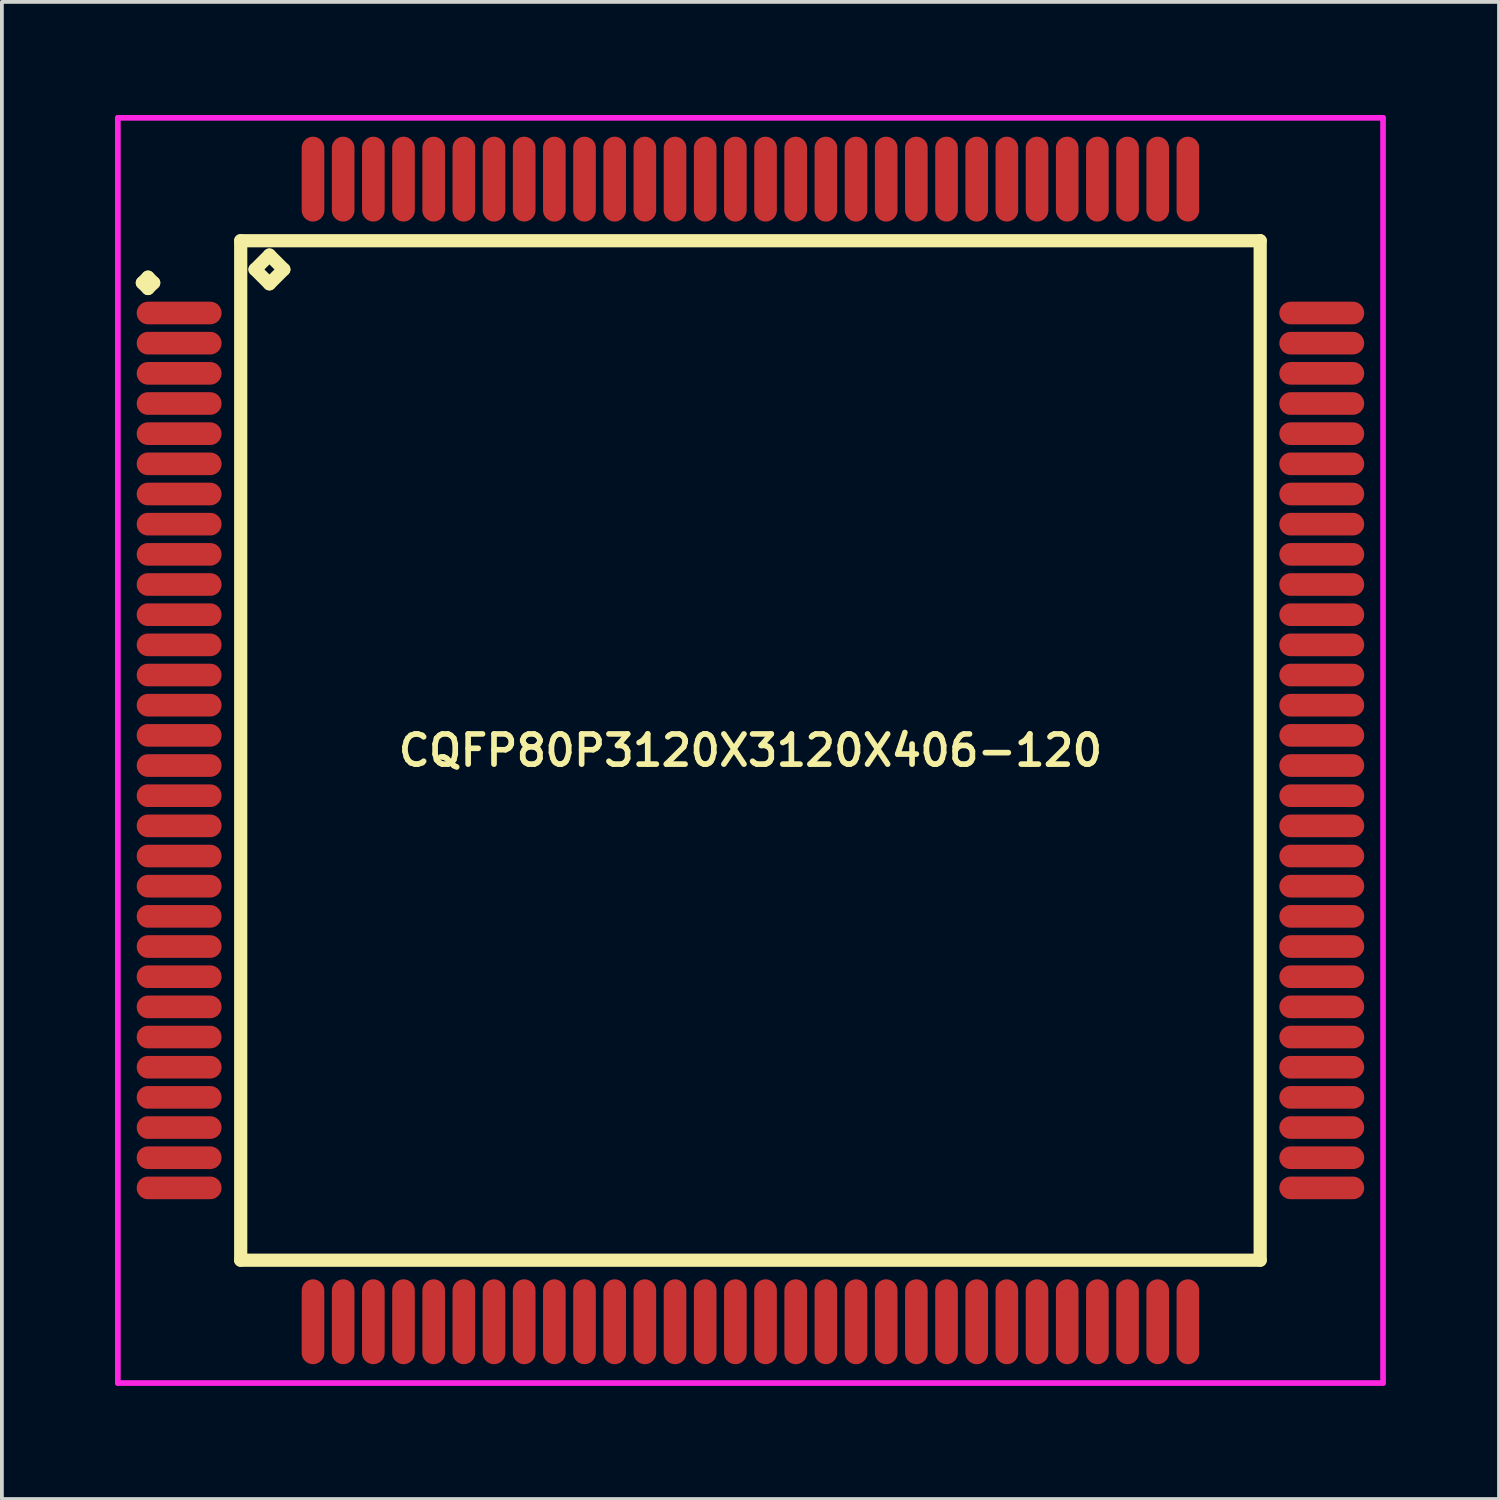
<source format=kicad_pcb>
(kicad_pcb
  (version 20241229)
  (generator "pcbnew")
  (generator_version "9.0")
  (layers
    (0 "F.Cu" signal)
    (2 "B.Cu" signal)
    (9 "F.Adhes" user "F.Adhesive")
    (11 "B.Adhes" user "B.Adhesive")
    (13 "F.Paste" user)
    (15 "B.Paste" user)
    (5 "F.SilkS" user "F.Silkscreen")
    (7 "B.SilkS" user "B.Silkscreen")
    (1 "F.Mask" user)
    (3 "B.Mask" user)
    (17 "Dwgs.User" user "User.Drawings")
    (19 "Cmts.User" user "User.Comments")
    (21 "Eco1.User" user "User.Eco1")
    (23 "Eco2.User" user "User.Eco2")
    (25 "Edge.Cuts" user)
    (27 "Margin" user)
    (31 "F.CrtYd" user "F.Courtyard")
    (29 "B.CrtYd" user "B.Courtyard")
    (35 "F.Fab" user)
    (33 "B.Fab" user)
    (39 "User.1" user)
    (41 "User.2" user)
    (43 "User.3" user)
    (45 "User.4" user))
  (footprint "CQFP80P3120X3120X406-120"
    (layer "F.Cu")
    (at 16.85 16.85)
    (property "Reference" "CQFP80P3120X3120X406-120" (at 0 0 0) (layer "F.SilkS") (effects (font (size 0.8 0.8) (thickness 0.15))))
    (attr through_hole)
    (fp_line (start -16.125 -12.4) (end -15.975 -12.55) (stroke (width 0.35) (type solid)) (layer "F.SilkS"))
    (fp_line (start -15.975 -12.55) (end -15.825 -12.4) (stroke (width 0.35) (type solid)) (layer "F.SilkS"))
    (fp_line (start -15.975 -12.25) (end -16.125 -12.4) (stroke (width 0.35) (type solid)) (layer "F.SilkS"))
    (fp_line (start -15.825 -12.4) (end -15.975 -12.25) (stroke (width 0.35) (type solid)) (layer "F.SilkS"))
    (fp_line (start -13.517 -13.517) (end -13.517 13.517) (stroke (width 0.35) (type solid)) (layer "F.SilkS"))
    (fp_line (start -13.517 13.517) (end 13.517 13.517) (stroke (width 0.35) (type solid)) (layer "F.SilkS"))
    (fp_line (start -13.136 -12.755) (end -12.755 -13.136) (stroke (width 0.35) (type solid)) (layer "F.SilkS"))
    (fp_line (start -12.755 -13.136) (end -12.374 -12.755) (stroke (width 0.35) (type solid)) (layer "F.SilkS"))
    (fp_line (start -12.755 -12.374) (end -13.136 -12.755) (stroke (width 0.35) (type solid)) (layer "F.SilkS"))
    (fp_line (start -12.374 -12.755) (end -12.755 -12.374) (stroke (width 0.35) (type solid)) (layer "F.SilkS"))
    (fp_line (start 13.517 -13.517) (end -13.517 -13.517) (stroke (width 0.35) (type solid)) (layer "F.SilkS"))
    (fp_line (start 13.517 13.517) (end 13.517 -13.517) (stroke (width 0.35) (type solid)) (layer "F.SilkS"))
    (fp_line (start -16.775 -16.775) (end 16.775 -16.775) (stroke (width 0.15) (type solid)) (layer "F.CrtYd"))
    (fp_line (start -16.775 16.775) (end -16.775 -16.775) (stroke (width 0.15) (type solid)) (layer "F.CrtYd"))
    (fp_line (start 16.775 -16.775) (end 16.775 16.775) (stroke (width 0.15) (type solid)) (layer "F.CrtYd"))
    (fp_line (start 16.775 16.775) (end -16.775 16.775) (stroke (width 0.15) (type solid)) (layer "F.CrtYd"))
    (pad "1" smd oval (at -15.15 -11.6) (size 2.25 0.6) (layers "F.Cu" "F.Mask" "F.Paste"))
    (pad "2" smd oval (at -15.15 -10.8) (size 2.25 0.6) (layers "F.Cu" "F.Mask" "F.Paste"))
    (pad "3" smd oval (at -15.15 -10) (size 2.25 0.6) (layers "F.Cu" "F.Mask" "F.Paste"))
    (pad "4" smd oval (at -15.15 -9.2) (size 2.25 0.6) (layers "F.Cu" "F.Mask" "F.Paste"))
    (pad "5" smd oval (at -15.15 -8.4) (size 2.25 0.6) (layers "F.Cu" "F.Mask" "F.Paste"))
    (pad "6" smd oval (at -15.15 -7.6) (size 2.25 0.6) (layers "F.Cu" "F.Mask" "F.Paste"))
    (pad "7" smd oval (at -15.15 -6.8) (size 2.25 0.6) (layers "F.Cu" "F.Mask" "F.Paste"))
    (pad "8" smd oval (at -15.15 -6) (size 2.25 0.6) (layers "F.Cu" "F.Mask" "F.Paste"))
    (pad "9" smd oval (at -15.15 -5.2) (size 2.25 0.6) (layers "F.Cu" "F.Mask" "F.Paste"))
    (pad "10" smd oval (at -15.15 -4.4) (size 2.25 0.6) (layers "F.Cu" "F.Mask" "F.Paste"))
    (pad "11" smd oval (at -15.15 -3.6) (size 2.25 0.6) (layers "F.Cu" "F.Mask" "F.Paste"))
    (pad "12" smd oval (at -15.15 -2.8) (size 2.25 0.6) (layers "F.Cu" "F.Mask" "F.Paste"))
    (pad "13" smd oval (at -15.15 -2) (size 2.25 0.6) (layers "F.Cu" "F.Mask" "F.Paste"))
    (pad "14" smd oval (at -15.15 -1.2) (size 2.25 0.6) (layers "F.Cu" "F.Mask" "F.Paste"))
    (pad "15" smd oval (at -15.15 -0.4) (size 2.25 0.6) (layers "F.Cu" "F.Mask" "F.Paste"))
    (pad "16" smd oval (at -15.15 0.4) (size 2.25 0.6) (layers "F.Cu" "F.Mask" "F.Paste"))
    (pad "17" smd oval (at -15.15 1.2) (size 2.25 0.6) (layers "F.Cu" "F.Mask" "F.Paste"))
    (pad "18" smd oval (at -15.15 2) (size 2.25 0.6) (layers "F.Cu" "F.Mask" "F.Paste"))
    (pad "19" smd oval (at -15.15 2.8) (size 2.25 0.6) (layers "F.Cu" "F.Mask" "F.Paste"))
    (pad "20" smd oval (at -15.15 3.6) (size 2.25 0.6) (layers "F.Cu" "F.Mask" "F.Paste"))
    (pad "21" smd oval (at -15.15 4.4) (size 2.25 0.6) (layers "F.Cu" "F.Mask" "F.Paste"))
    (pad "22" smd oval (at -15.15 5.2) (size 2.25 0.6) (layers "F.Cu" "F.Mask" "F.Paste"))
    (pad "23" smd oval (at -15.15 6) (size 2.25 0.6) (layers "F.Cu" "F.Mask" "F.Paste"))
    (pad "24" smd oval (at -15.15 6.8) (size 2.25 0.6) (layers "F.Cu" "F.Mask" "F.Paste"))
    (pad "25" smd oval (at -15.15 7.6) (size 2.25 0.6) (layers "F.Cu" "F.Mask" "F.Paste"))
    (pad "26" smd oval (at -15.15 8.4) (size 2.25 0.6) (layers "F.Cu" "F.Mask" "F.Paste"))
    (pad "27" smd oval (at -15.15 9.2) (size 2.25 0.6) (layers "F.Cu" "F.Mask" "F.Paste"))
    (pad "28" smd oval (at -15.15 10) (size 2.25 0.6) (layers "F.Cu" "F.Mask" "F.Paste"))
    (pad "29" smd oval (at -15.15 10.8) (size 2.25 0.6) (layers "F.Cu" "F.Mask" "F.Paste"))
    (pad "30" smd oval (at -15.15 11.6) (size 2.25 0.6) (layers "F.Cu" "F.Mask" "F.Paste"))
    (pad "31" smd oval (at -11.6 15.15) (size 0.6 2.25) (layers "F.Cu" "F.Mask" "F.Paste"))
    (pad "32" smd oval (at -10.8 15.15) (size 0.6 2.25) (layers "F.Cu" "F.Mask" "F.Paste"))
    (pad "33" smd oval (at -10 15.15) (size 0.6 2.25) (layers "F.Cu" "F.Mask" "F.Paste"))
    (pad "34" smd oval (at -9.2 15.15) (size 0.6 2.25) (layers "F.Cu" "F.Mask" "F.Paste"))
    (pad "35" smd oval (at -8.4 15.15) (size 0.6 2.25) (layers "F.Cu" "F.Mask" "F.Paste"))
    (pad "36" smd oval (at -7.6 15.15) (size 0.6 2.25) (layers "F.Cu" "F.Mask" "F.Paste"))
    (pad "37" smd oval (at -6.8 15.15) (size 0.6 2.25) (layers "F.Cu" "F.Mask" "F.Paste"))
    (pad "38" smd oval (at -6 15.15) (size 0.6 2.25) (layers "F.Cu" "F.Mask" "F.Paste"))
    (pad "39" smd oval (at -5.2 15.15) (size 0.6 2.25) (layers "F.Cu" "F.Mask" "F.Paste"))
    (pad "40" smd oval (at -4.4 15.15) (size 0.6 2.25) (layers "F.Cu" "F.Mask" "F.Paste"))
    (pad "41" smd oval (at -3.6 15.15) (size 0.6 2.25) (layers "F.Cu" "F.Mask" "F.Paste"))
    (pad "42" smd oval (at -2.8 15.15) (size 0.6 2.25) (layers "F.Cu" "F.Mask" "F.Paste"))
    (pad "43" smd oval (at -2 15.15) (size 0.6 2.25) (layers "F.Cu" "F.Mask" "F.Paste"))
    (pad "44" smd oval (at -1.2 15.15) (size 0.6 2.25) (layers "F.Cu" "F.Mask" "F.Paste"))
    (pad "45" smd oval (at -0.4 15.15) (size 0.6 2.25) (layers "F.Cu" "F.Mask" "F.Paste"))
    (pad "46" smd oval (at 0.4 15.15) (size 0.6 2.25) (layers "F.Cu" "F.Mask" "F.Paste"))
    (pad "47" smd oval (at 1.2 15.15) (size 0.6 2.25) (layers "F.Cu" "F.Mask" "F.Paste"))
    (pad "48" smd oval (at 2 15.15) (size 0.6 2.25) (layers "F.Cu" "F.Mask" "F.Paste"))
    (pad "49" smd oval (at 2.8 15.15) (size 0.6 2.25) (layers "F.Cu" "F.Mask" "F.Paste"))
    (pad "50" smd oval (at 3.6 15.15) (size 0.6 2.25) (layers "F.Cu" "F.Mask" "F.Paste"))
    (pad "51" smd oval (at 4.4 15.15) (size 0.6 2.25) (layers "F.Cu" "F.Mask" "F.Paste"))
    (pad "52" smd oval (at 5.2 15.15) (size 0.6 2.25) (layers "F.Cu" "F.Mask" "F.Paste"))
    (pad "53" smd oval (at 6 15.15) (size 0.6 2.25) (layers "F.Cu" "F.Mask" "F.Paste"))
    (pad "54" smd oval (at 6.8 15.15) (size 0.6 2.25) (layers "F.Cu" "F.Mask" "F.Paste"))
    (pad "55" smd oval (at 7.6 15.15) (size 0.6 2.25) (layers "F.Cu" "F.Mask" "F.Paste"))
    (pad "56" smd oval (at 8.4 15.15) (size 0.6 2.25) (layers "F.Cu" "F.Mask" "F.Paste"))
    (pad "57" smd oval (at 9.2 15.15) (size 0.6 2.25) (layers "F.Cu" "F.Mask" "F.Paste"))
    (pad "58" smd oval (at 10 15.15) (size 0.6 2.25) (layers "F.Cu" "F.Mask" "F.Paste"))
    (pad "59" smd oval (at 10.8 15.15) (size 0.6 2.25) (layers "F.Cu" "F.Mask" "F.Paste"))
    (pad "60" smd oval (at 11.6 15.15) (size 0.6 2.25) (layers "F.Cu" "F.Mask" "F.Paste"))
    (pad "61" smd oval (at 15.15 11.6) (size 2.25 0.6) (layers "F.Cu" "F.Mask" "F.Paste"))
    (pad "62" smd oval (at 15.15 10.8) (size 2.25 0.6) (layers "F.Cu" "F.Mask" "F.Paste"))
    (pad "63" smd oval (at 15.15 10) (size 2.25 0.6) (layers "F.Cu" "F.Mask" "F.Paste"))
    (pad "64" smd oval (at 15.15 9.2) (size 2.25 0.6) (layers "F.Cu" "F.Mask" "F.Paste"))
    (pad "65" smd oval (at 15.15 8.4) (size 2.25 0.6) (layers "F.Cu" "F.Mask" "F.Paste"))
    (pad "66" smd oval (at 15.15 7.6) (size 2.25 0.6) (layers "F.Cu" "F.Mask" "F.Paste"))
    (pad "67" smd oval (at 15.15 6.8) (size 2.25 0.6) (layers "F.Cu" "F.Mask" "F.Paste"))
    (pad "68" smd oval (at 15.15 6) (size 2.25 0.6) (layers "F.Cu" "F.Mask" "F.Paste"))
    (pad "69" smd oval (at 15.15 5.2) (size 2.25 0.6) (layers "F.Cu" "F.Mask" "F.Paste"))
    (pad "70" smd oval (at 15.15 4.4) (size 2.25 0.6) (layers "F.Cu" "F.Mask" "F.Paste"))
    (pad "71" smd oval (at 15.15 3.6) (size 2.25 0.6) (layers "F.Cu" "F.Mask" "F.Paste"))
    (pad "72" smd oval (at 15.15 2.8) (size 2.25 0.6) (layers "F.Cu" "F.Mask" "F.Paste"))
    (pad "73" smd oval (at 15.15 2) (size 2.25 0.6) (layers "F.Cu" "F.Mask" "F.Paste"))
    (pad "74" smd oval (at 15.15 1.2) (size 2.25 0.6) (layers "F.Cu" "F.Mask" "F.Paste"))
    (pad "75" smd oval (at 15.15 0.4) (size 2.25 0.6) (layers "F.Cu" "F.Mask" "F.Paste"))
    (pad "76" smd oval (at 15.15 -0.4) (size 2.25 0.6) (layers "F.Cu" "F.Mask" "F.Paste"))
    (pad "77" smd oval (at 15.15 -1.2) (size 2.25 0.6) (layers "F.Cu" "F.Mask" "F.Paste"))
    (pad "78" smd oval (at 15.15 -2) (size 2.25 0.6) (layers "F.Cu" "F.Mask" "F.Paste"))
    (pad "79" smd oval (at 15.15 -2.8) (size 2.25 0.6) (layers "F.Cu" "F.Mask" "F.Paste"))
    (pad "80" smd oval (at 15.15 -3.6) (size 2.25 0.6) (layers "F.Cu" "F.Mask" "F.Paste"))
    (pad "81" smd oval (at 15.15 -4.4) (size 2.25 0.6) (layers "F.Cu" "F.Mask" "F.Paste"))
    (pad "82" smd oval (at 15.15 -5.2) (size 2.25 0.6) (layers "F.Cu" "F.Mask" "F.Paste"))
    (pad "83" smd oval (at 15.15 -6) (size 2.25 0.6) (layers "F.Cu" "F.Mask" "F.Paste"))
    (pad "84" smd oval (at 15.15 -6.8) (size 2.25 0.6) (layers "F.Cu" "F.Mask" "F.Paste"))
    (pad "85" smd oval (at 15.15 -7.6) (size 2.25 0.6) (layers "F.Cu" "F.Mask" "F.Paste"))
    (pad "86" smd oval (at 15.15 -8.4) (size 2.25 0.6) (layers "F.Cu" "F.Mask" "F.Paste"))
    (pad "87" smd oval (at 15.15 -9.2) (size 2.25 0.6) (layers "F.Cu" "F.Mask" "F.Paste"))
    (pad "88" smd oval (at 15.15 -10) (size 2.25 0.6) (layers "F.Cu" "F.Mask" "F.Paste"))
    (pad "89" smd oval (at 15.15 -10.8) (size 2.25 0.6) (layers "F.Cu" "F.Mask" "F.Paste"))
    (pad "90" smd oval (at 15.15 -11.6) (size 2.25 0.6) (layers "F.Cu" "F.Mask" "F.Paste"))
    (pad "91" smd oval (at 11.6 -15.15) (size 0.6 2.25) (layers "F.Cu" "F.Mask" "F.Paste"))
    (pad "92" smd oval (at 10.8 -15.15) (size 0.6 2.25) (layers "F.Cu" "F.Mask" "F.Paste"))
    (pad "93" smd oval (at 10 -15.15) (size 0.6 2.25) (layers "F.Cu" "F.Mask" "F.Paste"))
    (pad "94" smd oval (at 9.2 -15.15) (size 0.6 2.25) (layers "F.Cu" "F.Mask" "F.Paste"))
    (pad "95" smd oval (at 8.4 -15.15) (size 0.6 2.25) (layers "F.Cu" "F.Mask" "F.Paste"))
    (pad "96" smd oval (at 7.6 -15.15) (size 0.6 2.25) (layers "F.Cu" "F.Mask" "F.Paste"))
    (pad "97" smd oval (at 6.8 -15.15) (size 0.6 2.25) (layers "F.Cu" "F.Mask" "F.Paste"))
    (pad "98" smd oval (at 6 -15.15) (size 0.6 2.25) (layers "F.Cu" "F.Mask" "F.Paste"))
    (pad "99" smd oval (at 5.2 -15.15) (size 0.6 2.25) (layers "F.Cu" "F.Mask" "F.Paste"))
    (pad "100" smd oval (at 4.4 -15.15) (size 0.6 2.25) (layers "F.Cu" "F.Mask" "F.Paste"))
    (pad "101" smd oval (at 3.6 -15.15) (size 0.6 2.25) (layers "F.Cu" "F.Mask" "F.Paste"))
    (pad "102" smd oval (at 2.8 -15.15) (size 0.6 2.25) (layers "F.Cu" "F.Mask" "F.Paste"))
    (pad "103" smd oval (at 2 -15.15) (size 0.6 2.25) (layers "F.Cu" "F.Mask" "F.Paste"))
    (pad "104" smd oval (at 1.2 -15.15) (size 0.6 2.25) (layers "F.Cu" "F.Mask" "F.Paste"))
    (pad "105" smd oval (at 0.4 -15.15) (size 0.6 2.25) (layers "F.Cu" "F.Mask" "F.Paste"))
    (pad "106" smd oval (at -0.4 -15.15) (size 0.6 2.25) (layers "F.Cu" "F.Mask" "F.Paste"))
    (pad "107" smd oval (at -1.2 -15.15) (size 0.6 2.25) (layers "F.Cu" "F.Mask" "F.Paste"))
    (pad "108" smd oval (at -2 -15.15) (size 0.6 2.25) (layers "F.Cu" "F.Mask" "F.Paste"))
    (pad "109" smd oval (at -2.8 -15.15) (size 0.6 2.25) (layers "F.Cu" "F.Mask" "F.Paste"))
    (pad "110" smd oval (at -3.6 -15.15) (size 0.6 2.25) (layers "F.Cu" "F.Mask" "F.Paste"))
    (pad "111" smd oval (at -4.4 -15.15) (size 0.6 2.25) (layers "F.Cu" "F.Mask" "F.Paste"))
    (pad "112" smd oval (at -5.2 -15.15) (size 0.6 2.25) (layers "F.Cu" "F.Mask" "F.Paste"))
    (pad "113" smd oval (at -6 -15.15) (size 0.6 2.25) (layers "F.Cu" "F.Mask" "F.Paste"))
    (pad "114" smd oval (at -6.8 -15.15) (size 0.6 2.25) (layers "F.Cu" "F.Mask" "F.Paste"))
    (pad "115" smd oval (at -7.6 -15.15) (size 0.6 2.25) (layers "F.Cu" "F.Mask" "F.Paste"))
    (pad "116" smd oval (at -8.4 -15.15) (size 0.6 2.25) (layers "F.Cu" "F.Mask" "F.Paste"))
    (pad "117" smd oval (at -9.2 -15.15) (size 0.6 2.25) (layers "F.Cu" "F.Mask" "F.Paste"))
    (pad "118" smd oval (at -10 -15.15) (size 0.6 2.25) (layers "F.Cu" "F.Mask" "F.Paste"))
    (pad "119" smd oval (at -10.8 -15.15) (size 0.6 2.25) (layers "F.Cu" "F.Mask" "F.Paste"))
    (pad "120" smd oval (at -11.6 -15.15) (size 0.6 2.25) (layers "F.Cu" "F.Mask" "F.Paste")))
  (gr_rect
    (start -3 -3)
    (end 36.7 36.7)
    (stroke (width 0.1) (type default))
    (fill no)
    (layer "Edge.Cuts")))
</source>
